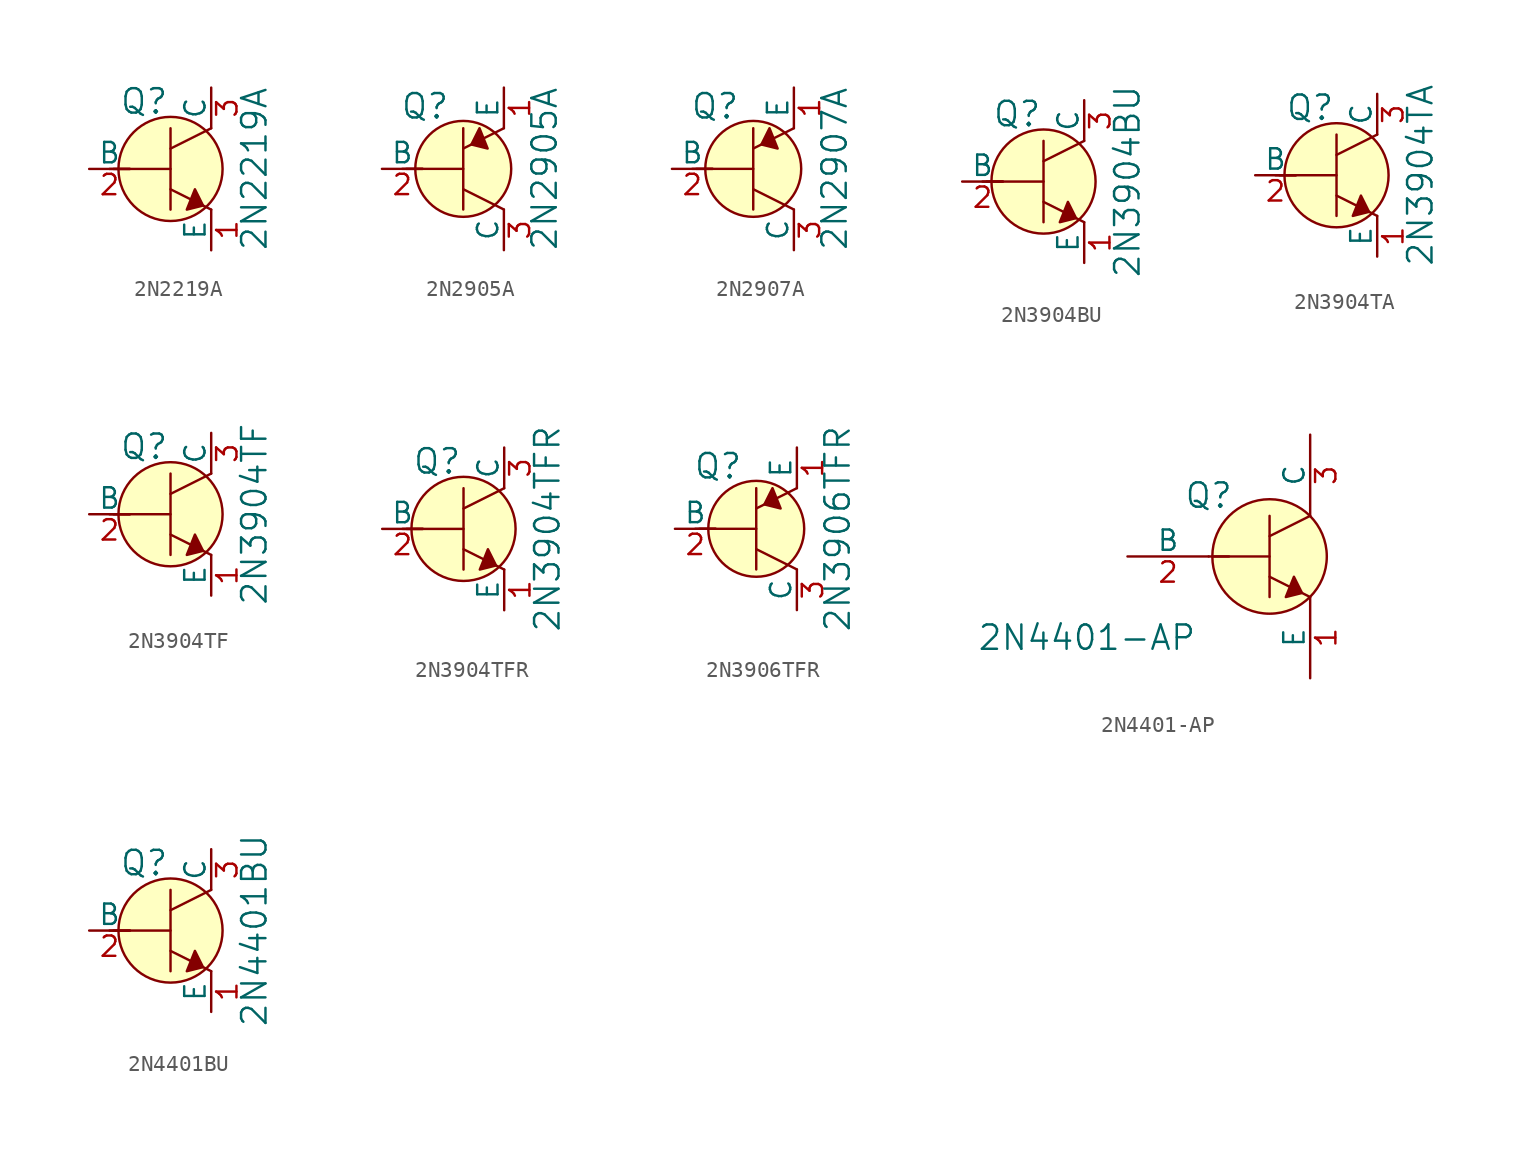
<source format=kicad_sym>
(kicad_symbol_lib
  (version 20231120)
  (generator "kicad_symbol_editor")
  (generator_version "8.0")
  (symbol "2N2219A"
    (pin_names
      (offset 0))
    (property "Reference" "Q"
      (at -3.2 4.216 0)
      (effects (font (size 1.524 1.524)) (justify left)))
    (property "Value" "2N2219A"
      (at 5.232 0 90)
      (effects (font (size 1.524 1.524))))
    (symbol "2N2219A_0_1"
      (polyline (pts (xy -3.81 0) (xy -2.54 0)) (stroke (width 0) (type solid)) (fill (type none)))
      (polyline (pts (xy -3.556 0) (xy 0 0)) (stroke (width 0) (type solid)) (fill (type none)))
      (polyline (pts (xy 0 -1.27) (xy 2.54 -2.54)) (stroke (width 0) (type solid)) (fill (type none)))
      (polyline (pts (xy 0 1.27) (xy 2.54 2.54)) (stroke (width 0) (type solid)) (fill (type none)))
      (polyline (pts (xy 0 2.54) (xy 0 -2.54)) (stroke (width 0) (type solid)) (fill (type none)))
      (polyline (pts (xy 1.524 -1.27) (xy 2.032 -2.286) (xy 1.016 -2.54) (xy 1.524 -1.27)) (stroke (width 0) (type solid)) (fill (type outline)))
      (circle (center 0 0) (radius 3.251) (stroke (width 0) (type solid)) (fill (type background))))
    (symbol "2N2219A_1_1"
      (pin passive line (at 2.54 -5.08 90) (length 2.54) (name "E" (effects (font (size 1.27 1.27)))) (number "1" (effects (font (size 1.27 1.27)))))
      (pin input line (at -5.08 0 0) (length 2.54) (name "B" (effects (font (size 1.27 1.27)))) (number "2" (effects (font (size 1.27 1.27)))))
      (pin passive line (at 2.54 5.08 270) (length 2.54) (name "C" (effects (font (size 1.27 1.27)))) (number "3" (effects (font (size 1.27 1.27)))))))
  (symbol "2N2905A"
    (pin_names
      (offset 0))
    (property "Reference" "Q"
      (at -2.388 3.912 0)
      (effects (font (size 1.524 1.524))))
    (property "Value" "2N2905A"
      (at 5.08 0 90)
      (effects (font (size 1.524 1.524))))
    (symbol "2N2905A_0_1"
      (polyline (pts (xy -3.81 0) (xy -2.54 0)) (stroke (width 0) (type solid)) (fill (type none)))
      (polyline (pts (xy -3.556 0) (xy 0 0)) (stroke (width 0) (type solid)) (fill (type none)))
      (polyline (pts (xy 0 -1.27) (xy 2.54 -2.54)) (stroke (width 0) (type solid)) (fill (type none)))
      (polyline (pts (xy 0 1.27) (xy 2.54 2.54)) (stroke (width 0) (type solid)) (fill (type none)))
      (polyline (pts (xy 0 2.54) (xy 0 -2.54)) (stroke (width 0) (type solid)) (fill (type none)))
      (polyline (pts (xy 1.016 2.54) (xy 0.508 1.524) (xy 1.524 1.27) (xy 1.016 2.54)) (stroke (width 0) (type solid)) (fill (type outline)))
      (circle (center 0 0) (radius 2.997) (stroke (width 0) (type solid)) (fill (type background))))
    (symbol "2N2905A_1_1"
      (pin passive line (at 2.54 5.08 270) (length 2.54) (name "E" (effects (font (size 1.27 1.27)))) (number "1" (effects (font (size 1.27 1.27)))))
      (pin input line (at -5.08 0 0) (length 2.54) (name "B" (effects (font (size 1.27 1.27)))) (number "2" (effects (font (size 1.27 1.27)))))
      (pin passive line (at 2.54 -5.08 90) (length 2.54) (name "C" (effects (font (size 1.27 1.27)))) (number "3" (effects (font (size 1.27 1.27)))))))
  (symbol "2N2907A"
    (pin_names
      (offset 0))
    (property "Reference" "Q"
      (at -2.388 3.912 0)
      (effects (font (size 1.524 1.524))))
    (property "Value" "2N2907A"
      (at 5.08 0 90)
      (effects (font (size 1.524 1.524))))
    (symbol "2N2907A_0_1"
      (polyline (pts (xy -3.81 0) (xy -2.54 0)) (stroke (width 0) (type solid)) (fill (type none)))
      (polyline (pts (xy -3.556 0) (xy 0 0)) (stroke (width 0) (type solid)) (fill (type none)))
      (polyline (pts (xy 0 -1.27) (xy 2.54 -2.54)) (stroke (width 0) (type solid)) (fill (type none)))
      (polyline (pts (xy 0 1.27) (xy 2.54 2.54)) (stroke (width 0) (type solid)) (fill (type none)))
      (polyline (pts (xy 0 2.54) (xy 0 -2.54)) (stroke (width 0) (type solid)) (fill (type none)))
      (polyline (pts (xy 1.016 2.54) (xy 0.508 1.524) (xy 1.524 1.27) (xy 1.016 2.54)) (stroke (width 0) (type solid)) (fill (type outline)))
      (circle (center 0 0) (radius 2.997) (stroke (width 0) (type solid)) (fill (type background))))
    (symbol "2N2907A_1_1"
      (pin passive line (at 2.54 5.08 270) (length 2.54) (name "E" (effects (font (size 1.27 1.27)))) (number "1" (effects (font (size 1.27 1.27)))))
      (pin input line (at -5.08 0 0) (length 2.54) (name "B" (effects (font (size 1.27 1.27)))) (number "2" (effects (font (size 1.27 1.27)))))
      (pin passive line (at 2.54 -5.08 90) (length 2.54) (name "C" (effects (font (size 1.27 1.27)))) (number "3" (effects (font (size 1.27 1.27)))))))
  (symbol "2N3904BU"
    (pin_names
      (offset 0))
    (property "Reference" "Q"
      (at -3.2 4.216 0)
      (effects (font (size 1.524 1.524)) (justify left)))
    (property "Value" "2N3904BU"
      (at 5.232 0 90)
      (effects (font (size 1.524 1.524))))
    (symbol "2N3904BU_0_1"
      (polyline (pts (xy -3.81 0) (xy -2.54 0)) (stroke (width 0) (type solid)) (fill (type none)))
      (polyline (pts (xy -3.556 0) (xy 0 0)) (stroke (width 0) (type solid)) (fill (type none)))
      (polyline (pts (xy 0 -1.27) (xy 2.54 -2.54)) (stroke (width 0) (type solid)) (fill (type none)))
      (polyline (pts (xy 0 1.27) (xy 2.54 2.54)) (stroke (width 0) (type solid)) (fill (type none)))
      (polyline (pts (xy 0 2.54) (xy 0 -2.54)) (stroke (width 0) (type solid)) (fill (type none)))
      (polyline (pts (xy 1.524 -1.27) (xy 2.032 -2.286) (xy 1.016 -2.54) (xy 1.524 -1.27)) (stroke (width 0) (type solid)) (fill (type outline)))
      (circle (center 0 0) (radius 3.251) (stroke (width 0) (type solid)) (fill (type background))))
    (symbol "2N3904BU_1_1"
      (pin passive line (at 2.54 -5.08 90) (length 2.54) (name "E" (effects (font (size 1.27 1.27)))) (number "1" (effects (font (size 1.27 1.27)))))
      (pin input line (at -5.08 0 0) (length 2.54) (name "B" (effects (font (size 1.27 1.27)))) (number "2" (effects (font (size 1.27 1.27)))))
      (pin passive line (at 2.54 5.08 270) (length 2.54) (name "C" (effects (font (size 1.27 1.27)))) (number "3" (effects (font (size 1.27 1.27)))))))
  (symbol "2N3904TA"
    (pin_names
      (offset 0))
    (property "Reference" "Q"
      (at -3.2 4.216 0)
      (effects (font (size 1.524 1.524)) (justify left)))
    (property "Value" "2N3904TA"
      (at 5.232 0 90)
      (effects (font (size 1.524 1.524))))
    (symbol "2N3904TA_0_1"
      (polyline (pts (xy -3.81 0) (xy -2.54 0)) (stroke (width 0) (type solid)) (fill (type none)))
      (polyline (pts (xy -3.556 0) (xy 0 0)) (stroke (width 0) (type solid)) (fill (type none)))
      (polyline (pts (xy 0 -1.27) (xy 2.54 -2.54)) (stroke (width 0) (type solid)) (fill (type none)))
      (polyline (pts (xy 0 1.27) (xy 2.54 2.54)) (stroke (width 0) (type solid)) (fill (type none)))
      (polyline (pts (xy 0 2.54) (xy 0 -2.54)) (stroke (width 0) (type solid)) (fill (type none)))
      (polyline (pts (xy 1.524 -1.27) (xy 2.032 -2.286) (xy 1.016 -2.54) (xy 1.524 -1.27)) (stroke (width 0) (type solid)) (fill (type outline)))
      (circle (center 0 0) (radius 3.251) (stroke (width 0) (type solid)) (fill (type background))))
    (symbol "2N3904TA_1_1"
      (pin passive line (at 2.54 -5.08 90) (length 2.54) (name "E" (effects (font (size 1.27 1.27)))) (number "1" (effects (font (size 1.27 1.27)))))
      (pin input line (at -5.08 0 0) (length 2.54) (name "B" (effects (font (size 1.27 1.27)))) (number "2" (effects (font (size 1.27 1.27)))))
      (pin passive line (at 2.54 5.08 270) (length 2.54) (name "C" (effects (font (size 1.27 1.27)))) (number "3" (effects (font (size 1.27 1.27)))))))
  (symbol "2N3904TF"
    (pin_names
      (offset 0))
    (property "Reference" "Q"
      (at -3.2 4.216 0)
      (effects (font (size 1.524 1.524)) (justify left)))
    (property "Value" "2N3904TF"
      (at 5.232 0 90)
      (effects (font (size 1.524 1.524))))
    (symbol "2N3904TF_0_1"
      (polyline (pts (xy -3.81 0) (xy -2.54 0)) (stroke (width 0) (type solid)) (fill (type none)))
      (polyline (pts (xy -3.556 0) (xy 0 0)) (stroke (width 0) (type solid)) (fill (type none)))
      (polyline (pts (xy 0 -1.27) (xy 2.54 -2.54)) (stroke (width 0) (type solid)) (fill (type none)))
      (polyline (pts (xy 0 1.27) (xy 2.54 2.54)) (stroke (width 0) (type solid)) (fill (type none)))
      (polyline (pts (xy 0 2.54) (xy 0 -2.54)) (stroke (width 0) (type solid)) (fill (type none)))
      (polyline (pts (xy 1.524 -1.27) (xy 2.032 -2.286) (xy 1.016 -2.54) (xy 1.524 -1.27)) (stroke (width 0) (type solid)) (fill (type outline)))
      (circle (center 0 0) (radius 3.251) (stroke (width 0) (type solid)) (fill (type background))))
    (symbol "2N3904TF_1_1"
      (pin passive line (at 2.54 -5.08 90) (length 2.54) (name "E" (effects (font (size 1.27 1.27)))) (number "1" (effects (font (size 1.27 1.27)))))
      (pin input line (at -5.08 0 0) (length 2.54) (name "B" (effects (font (size 1.27 1.27)))) (number "2" (effects (font (size 1.27 1.27)))))
      (pin passive line (at 2.54 5.08 270) (length 2.54) (name "C" (effects (font (size 1.27 1.27)))) (number "3" (effects (font (size 1.27 1.27)))))))
  (symbol "2N3904TFR"
    (pin_names
      (offset 0))
    (property "Reference" "Q"
      (at -3.2 4.216 0)
      (effects (font (size 1.524 1.524)) (justify left)))
    (property "Value" "2N3904TFR"
      (at 5.232 0 90)
      (effects (font (size 1.524 1.524))))
    (symbol "2N3904TFR_0_1"
      (polyline (pts (xy -3.81 0) (xy -2.54 0)) (stroke (width 0) (type solid)) (fill (type none)))
      (polyline (pts (xy -3.556 0) (xy 0 0)) (stroke (width 0) (type solid)) (fill (type none)))
      (polyline (pts (xy 0 -1.27) (xy 2.54 -2.54)) (stroke (width 0) (type solid)) (fill (type none)))
      (polyline (pts (xy 0 1.27) (xy 2.54 2.54)) (stroke (width 0) (type solid)) (fill (type none)))
      (polyline (pts (xy 0 2.54) (xy 0 -2.54)) (stroke (width 0) (type solid)) (fill (type none)))
      (polyline (pts (xy 1.524 -1.27) (xy 2.032 -2.286) (xy 1.016 -2.54) (xy 1.524 -1.27)) (stroke (width 0) (type solid)) (fill (type outline)))
      (circle (center 0 0) (radius 3.251) (stroke (width 0) (type solid)) (fill (type background))))
    (symbol "2N3904TFR_1_1"
      (pin passive line (at 2.54 -5.08 90) (length 2.54) (name "E" (effects (font (size 1.27 1.27)))) (number "1" (effects (font (size 1.27 1.27)))))
      (pin input line (at -5.08 0 0) (length 2.54) (name "B" (effects (font (size 1.27 1.27)))) (number "2" (effects (font (size 1.27 1.27)))))
      (pin passive line (at 2.54 5.08 270) (length 2.54) (name "C" (effects (font (size 1.27 1.27)))) (number "3" (effects (font (size 1.27 1.27)))))))
  (symbol "2N3906TFR"
    (pin_names
      (offset 0))
    (property "Reference" "Q"
      (at -2.388 3.912 0)
      (effects (font (size 1.524 1.524))))
    (property "Value" "2N3906TFR"
      (at 5.08 0 90)
      (effects (font (size 1.524 1.524))))
    (symbol "2N3906TFR_0_1"
      (polyline (pts (xy -3.81 0) (xy -2.54 0)) (stroke (width 0) (type solid)) (fill (type none)))
      (polyline (pts (xy -3.556 0) (xy 0 0)) (stroke (width 0) (type solid)) (fill (type none)))
      (polyline (pts (xy 0 -1.27) (xy 2.54 -2.54)) (stroke (width 0) (type solid)) (fill (type none)))
      (polyline (pts (xy 0 1.27) (xy 2.54 2.54)) (stroke (width 0) (type solid)) (fill (type none)))
      (polyline (pts (xy 0 2.54) (xy 0 -2.54)) (stroke (width 0) (type solid)) (fill (type none)))
      (polyline (pts (xy 1.016 2.54) (xy 0.508 1.524) (xy 1.524 1.27) (xy 1.016 2.54)) (stroke (width 0) (type solid)) (fill (type outline)))
      (circle (center 0 0) (radius 2.997) (stroke (width 0) (type solid)) (fill (type background))))
    (symbol "2N3906TFR_1_1"
      (pin passive line (at 2.54 5.08 270) (length 2.54) (name "E" (effects (font (size 1.27 1.27)))) (number "1" (effects (font (size 1.27 1.27)))))
      (pin input line (at -5.08 0 0) (length 2.54) (name "B" (effects (font (size 1.27 1.27)))) (number "2" (effects (font (size 1.27 1.27)))))
      (pin passive line (at 2.54 -5.08 90) (length 2.54) (name "C" (effects (font (size 1.27 1.27)))) (number "3" (effects (font (size 1.27 1.27)))))))
  (symbol "2N4401-AP"
    (pin_names
      (offset 0))
    (property "Reference" "Q"
      (at -3.81 3.81 0)
      (effects (font (size 1.524 1.524))))
    (property "Value" "2N4401-AP"
      (at -11.43 -5.08 0)
      (effects (font (size 1.524 1.524))))
    (symbol "2N4401-AP_0_1"
      (polyline (pts (xy -3.81 0) (xy -2.54 0)) (stroke (width 0) (type solid)) (fill (type none)))
      (polyline (pts (xy -3.556 0) (xy 0 0)) (stroke (width 0) (type solid)) (fill (type none)))
      (polyline (pts (xy 0 -1.27) (xy 2.54 -2.54)) (stroke (width 0) (type solid)) (fill (type none)))
      (polyline (pts (xy 0 1.27) (xy 2.54 2.54)) (stroke (width 0) (type solid)) (fill (type none)))
      (polyline (pts (xy 0 2.54) (xy 0 -2.54)) (stroke (width 0) (type solid)) (fill (type none)))
      (polyline (pts (xy 1.524 -1.27) (xy 2.032 -2.286) (xy 1.016 -2.54) (xy 1.524 -1.27)) (stroke (width 0) (type solid)) (fill (type outline)))
      (circle (center 0 0) (radius 3.581) (stroke (width 0) (type solid)) (fill (type background))))
    (symbol "2N4401-AP_1_1"
      (pin input line (at 2.54 -7.62 90) (length 5.08) (name "E" (effects (font (size 1.27 1.27)))) (number "1" (effects (font (size 1.27 1.27)))))
      (pin input line (at -8.89 0 0) (length 5.08) (name "B" (effects (font (size 1.27 1.27)))) (number "2" (effects (font (size 1.27 1.27)))))
      (pin input line (at 2.54 7.62 270) (length 5.08) (name "C" (effects (font (size 1.27 1.27)))) (number "3" (effects (font (size 1.27 1.27)))))))
  (symbol "2N4401BU"
    (pin_names
      (offset 0))
    (property "Reference" "Q"
      (at -3.2 4.216 0)
      (effects (font (size 1.524 1.524)) (justify left)))
    (property "Value" "2N4401BU"
      (at 5.232 0 90)
      (effects (font (size 1.524 1.524))))
    (symbol "2N4401BU_0_1"
      (polyline (pts (xy -3.81 0) (xy -2.54 0)) (stroke (width 0) (type solid)) (fill (type none)))
      (polyline (pts (xy -3.556 0) (xy 0 0)) (stroke (width 0) (type solid)) (fill (type none)))
      (polyline (pts (xy 0 -1.27) (xy 2.54 -2.54)) (stroke (width 0) (type solid)) (fill (type none)))
      (polyline (pts (xy 0 1.27) (xy 2.54 2.54)) (stroke (width 0) (type solid)) (fill (type none)))
      (polyline (pts (xy 0 2.54) (xy 0 -2.54)) (stroke (width 0) (type solid)) (fill (type none)))
      (polyline (pts (xy 1.524 -1.27) (xy 2.032 -2.286) (xy 1.016 -2.54) (xy 1.524 -1.27)) (stroke (width 0) (type solid)) (fill (type outline)))
      (circle (center 0 0) (radius 3.251) (stroke (width 0) (type solid)) (fill (type background))))
    (symbol "2N4401BU_1_1"
      (pin passive line (at 2.54 -5.08 90) (length 2.54) (name "E" (effects (font (size 1.27 1.27)))) (number "1" (effects (font (size 1.27 1.27)))))
      (pin input line (at -5.08 0 0) (length 2.54) (name "B" (effects (font (size 1.27 1.27)))) (number "2" (effects (font (size 1.27 1.27)))))
      (pin passive line (at 2.54 5.08 270) (length 2.54) (name "C" (effects (font (size 1.27 1.27)))) (number "3" (effects (font (size 1.27 1.27))))))))
</source>
